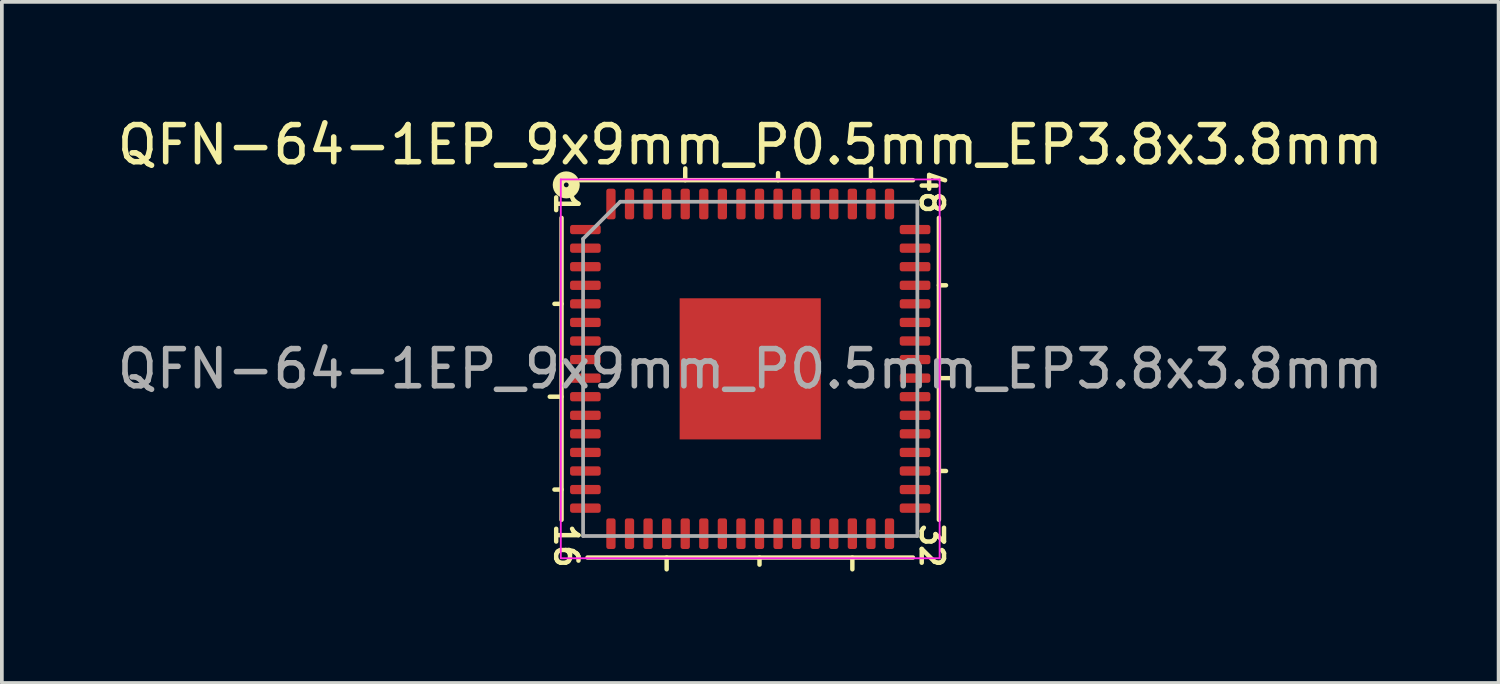
<source format=kicad_pcb>
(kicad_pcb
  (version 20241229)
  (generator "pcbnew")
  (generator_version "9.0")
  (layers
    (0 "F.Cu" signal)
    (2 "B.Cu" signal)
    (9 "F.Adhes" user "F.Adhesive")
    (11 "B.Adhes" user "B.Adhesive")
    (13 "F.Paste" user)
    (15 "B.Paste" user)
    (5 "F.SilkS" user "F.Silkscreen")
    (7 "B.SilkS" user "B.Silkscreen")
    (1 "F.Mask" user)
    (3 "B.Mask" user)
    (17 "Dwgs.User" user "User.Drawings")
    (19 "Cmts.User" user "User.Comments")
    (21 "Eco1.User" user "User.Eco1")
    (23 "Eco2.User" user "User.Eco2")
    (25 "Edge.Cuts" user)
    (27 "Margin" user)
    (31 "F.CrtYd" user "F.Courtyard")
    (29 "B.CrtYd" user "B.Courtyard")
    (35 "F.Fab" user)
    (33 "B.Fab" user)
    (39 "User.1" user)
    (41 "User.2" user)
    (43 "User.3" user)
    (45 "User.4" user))
  (footprint "QFN-64-1EP_9x9mm_P0.5mm_EP3.8x3.8mm"
    (layer "F.Cu")
    (at 17.149 6.881)
    (property "Reference" "QFN-64-1EP_9x9mm_P0.5mm_EP3.8x3.8mm" (at 0 -6.032 0) (layer "F.SilkS") (effects (font (size 1 1) (thickness 0.15))))
    (attr smd)
    (fp_line (start -5.08 -4.064) (end -5.08 4.064) (stroke (width 0.12) (type solid)) (layer "F.SilkS"))
    (fp_line (start -5.08 -1.75) (end -5.271 -1.75) (stroke (width 0.12) (type solid)) (layer "F.SilkS"))
    (fp_line (start -5.08 0.75) (end -5.397 0.75) (stroke (width 0.12) (type solid)) (layer "F.SilkS"))
    (fp_line (start -5.08 3.25) (end -5.271 3.25) (stroke (width 0.12) (type solid)) (layer "F.SilkS"))
    (fp_line (start -4.381 5.08) (end 4.381 5.08) (stroke (width 0.12) (type solid)) (layer "F.SilkS"))
    (fp_line (start -2.25 5.08) (end -2.25 5.397) (stroke (width 0.12) (type solid)) (layer "F.SilkS"))
    (fp_line (start -1.75 -5.08) (end -1.75 -5.397) (stroke (width 0.12) (type solid)) (layer "F.SilkS"))
    (fp_line (start 0.25 5.08) (end 0.25 5.271) (stroke (width 0.12) (type solid)) (layer "F.SilkS"))
    (fp_line (start 0.75 -5.08) (end 0.75 -5.271) (stroke (width 0.12) (type solid)) (layer "F.SilkS"))
    (fp_line (start 2.75 5.08) (end 2.75 5.397) (stroke (width 0.12) (type solid)) (layer "F.SilkS"))
    (fp_line (start 3.25 -5.08) (end 3.25 -5.397) (stroke (width 0.12) (type solid)) (layer "F.SilkS"))
    (fp_line (start 4.381 -5.08) (end -4.572 -5.08) (stroke (width 0.12) (type solid)) (layer "F.SilkS"))
    (fp_line (start 5.08 -2.25) (end 5.271 -2.25) (stroke (width 0.12) (type solid)) (layer "F.SilkS"))
    (fp_line (start 5.08 0.25) (end 5.397 0.25) (stroke (width 0.12) (type solid)) (layer "F.SilkS"))
    (fp_line (start 5.08 2.75) (end 5.271 2.75) (stroke (width 0.12) (type solid)) (layer "F.SilkS"))
    (fp_line (start 5.08 4.064) (end 5.08 -4.064) (stroke (width 0.12) (type solid)) (layer "F.SilkS"))
    (fp_circle (center -4.953 -4.953) (end -4.889 -4.953) (stroke (width 0.3) (type solid)) (fill no) (layer "F.SilkS"))
    (fp_line (start -5.1 -5.1) (end -5.1 5.1) (stroke (width 0.05) (type solid)) (layer "F.CrtYd"))
    (fp_line (start -5.1 5.1) (end 5.1 5.1) (stroke (width 0.05) (type solid)) (layer "F.CrtYd"))
    (fp_line (start 5.1 -5.1) (end -5.1 -5.1) (stroke (width 0.05) (type solid)) (layer "F.CrtYd"))
    (fp_line (start 5.1 5.1) (end 5.1 -5.1) (stroke (width 0.05) (type solid)) (layer "F.CrtYd"))
    (fp_line (start -4.5 -3.5) (end -3.5 -4.5) (stroke (width 0.1) (type solid)) (layer "F.Fab"))
    (fp_line (start -4.5 4.5) (end -4.5 -3.5) (stroke (width 0.1) (type solid)) (layer "F.Fab"))
    (fp_line (start -3.5 -4.5) (end 4.5 -4.5) (stroke (width 0.1) (type solid)) (layer "F.Fab"))
    (fp_line (start 4.5 -4.5) (end 4.5 4.5) (stroke (width 0.1) (type solid)) (layer "F.Fab"))
    (fp_line (start 4.5 4.5) (end -4.5 4.5) (stroke (width 0.1) (type solid)) (layer "F.Fab"))
    (fp_text user "32" (at 4.889 4.763 270) (unlocked yes) (layer "F.SilkS") (effects (font (size 0.6 0.6) (thickness 0.12))))
    (fp_text user "48" (at 4.889 -4.763 270) (unlocked yes) (layer "F.SilkS") (effects (font (size 0.6 0.6) (thickness 0.12))))
    (fp_text user "16" (at -4.953 4.763 270) (unlocked yes) (layer "F.SilkS") (effects (font (size 0.6 0.6) (thickness 0.12))))
    (fp_text user "1" (at -4.953 -4.445 270) (unlocked yes) (layer "F.SilkS") (effects (font (size 0.6 0.6) (thickness 0.12))))
    (fp_text user "${REFERENCE}" (at 0 0 0) (layer "F.Fab") (effects (font (size 1 1) (thickness 0.15))))
    (pad "" smd roundrect (at -1.27 -1.27) (size 1.02 1.02) (layers "F.Paste") (roundrect_rratio 0.245))
    (pad "" smd roundrect (at -1.27 0) (size 1.02 1.02) (layers "F.Paste") (roundrect_rratio 0.245))
    (pad "" smd roundrect (at -1.27 1.27) (size 1.02 1.02) (layers "F.Paste") (roundrect_rratio 0.245))
    (pad "" smd roundrect (at 0 -1.27) (size 1.02 1.02) (layers "F.Paste") (roundrect_rratio 0.245))
    (pad "" smd roundrect (at 0 0) (size 1.02 1.02) (layers "F.Paste") (roundrect_rratio 0.245))
    (pad "" smd roundrect (at 0 1.27) (size 1.02 1.02) (layers "F.Paste") (roundrect_rratio 0.245))
    (pad "" smd roundrect (at 1.27 -1.27) (size 1.02 1.02) (layers "F.Paste") (roundrect_rratio 0.245))
    (pad "" smd roundrect (at 1.27 0) (size 1.02 1.02) (layers "F.Paste") (roundrect_rratio 0.245))
    (pad "" smd roundrect (at 1.27 1.27) (size 1.02 1.02) (layers "F.Paste") (roundrect_rratio 0.245))
    (pad "1" smd roundrect (at -4.438 -3.75) (size 0.825 0.25) (layers "F.Cu" "F.Mask" "F.Paste") (roundrect_rratio 0.25))
    (pad "2" smd roundrect (at -4.438 -3.25) (size 0.825 0.25) (layers "F.Cu" "F.Mask" "F.Paste") (roundrect_rratio 0.25))
    (pad "3" smd roundrect (at -4.438 -2.75) (size 0.825 0.25) (layers "F.Cu" "F.Mask" "F.Paste") (roundrect_rratio 0.25))
    (pad "4" smd roundrect (at -4.438 -2.25) (size 0.825 0.25) (layers "F.Cu" "F.Mask" "F.Paste") (roundrect_rratio 0.25))
    (pad "5" smd roundrect (at -4.438 -1.75) (size 0.825 0.25) (layers "F.Cu" "F.Mask" "F.Paste") (roundrect_rratio 0.25))
    (pad "6" smd roundrect (at -4.438 -1.25) (size 0.825 0.25) (layers "F.Cu" "F.Mask" "F.Paste") (roundrect_rratio 0.25))
    (pad "7" smd roundrect (at -4.438 -0.75) (size 0.825 0.25) (layers "F.Cu" "F.Mask" "F.Paste") (roundrect_rratio 0.25))
    (pad "8" smd roundrect (at -4.438 -0.25) (size 0.825 0.25) (layers "F.Cu" "F.Mask" "F.Paste") (roundrect_rratio 0.25))
    (pad "9" smd roundrect (at -4.438 0.25) (size 0.825 0.25) (layers "F.Cu" "F.Mask" "F.Paste") (roundrect_rratio 0.25))
    (pad "10" smd roundrect (at -4.438 0.75) (size 0.825 0.25) (layers "F.Cu" "F.Mask" "F.Paste") (roundrect_rratio 0.25))
    (pad "11" smd roundrect (at -4.438 1.25) (size 0.825 0.25) (layers "F.Cu" "F.Mask" "F.Paste") (roundrect_rratio 0.25))
    (pad "12" smd roundrect (at -4.438 1.75) (size 0.825 0.25) (layers "F.Cu" "F.Mask" "F.Paste") (roundrect_rratio 0.25))
    (pad "13" smd roundrect (at -4.438 2.25) (size 0.825 0.25) (layers "F.Cu" "F.Mask" "F.Paste") (roundrect_rratio 0.25))
    (pad "14" smd roundrect (at -4.438 2.75) (size 0.825 0.25) (layers "F.Cu" "F.Mask" "F.Paste") (roundrect_rratio 0.25))
    (pad "15" smd roundrect (at -4.438 3.25) (size 0.825 0.25) (layers "F.Cu" "F.Mask" "F.Paste") (roundrect_rratio 0.25))
    (pad "16" smd roundrect (at -4.438 3.75) (size 0.825 0.25) (layers "F.Cu" "F.Mask" "F.Paste") (roundrect_rratio 0.25))
    (pad "17" smd roundrect (at -3.75 4.438) (size 0.25 0.825) (layers "F.Cu" "F.Mask" "F.Paste") (roundrect_rratio 0.25))
    (pad "18" smd roundrect (at -3.25 4.438) (size 0.25 0.825) (layers "F.Cu" "F.Mask" "F.Paste") (roundrect_rratio 0.25))
    (pad "19" smd roundrect (at -2.75 4.438) (size 0.25 0.825) (layers "F.Cu" "F.Mask" "F.Paste") (roundrect_rratio 0.25))
    (pad "20" smd roundrect (at -2.25 4.438) (size 0.25 0.825) (layers "F.Cu" "F.Mask" "F.Paste") (roundrect_rratio 0.25))
    (pad "21" smd roundrect (at -1.75 4.438) (size 0.25 0.825) (layers "F.Cu" "F.Mask" "F.Paste") (roundrect_rratio 0.25))
    (pad "22" smd roundrect (at -1.25 4.438) (size 0.25 0.825) (layers "F.Cu" "F.Mask" "F.Paste") (roundrect_rratio 0.25))
    (pad "23" smd roundrect (at -0.75 4.438) (size 0.25 0.825) (layers "F.Cu" "F.Mask" "F.Paste") (roundrect_rratio 0.25))
    (pad "24" smd roundrect (at -0.25 4.438) (size 0.25 0.825) (layers "F.Cu" "F.Mask" "F.Paste") (roundrect_rratio 0.25))
    (pad "25" smd roundrect (at 0.25 4.438) (size 0.25 0.825) (layers "F.Cu" "F.Mask" "F.Paste") (roundrect_rratio 0.25))
    (pad "26" smd roundrect (at 0.75 4.438) (size 0.25 0.825) (layers "F.Cu" "F.Mask" "F.Paste") (roundrect_rratio 0.25))
    (pad "27" smd roundrect (at 1.25 4.438) (size 0.25 0.825) (layers "F.Cu" "F.Mask" "F.Paste") (roundrect_rratio 0.25))
    (pad "28" smd roundrect (at 1.75 4.438) (size 0.25 0.825) (layers "F.Cu" "F.Mask" "F.Paste") (roundrect_rratio 0.25))
    (pad "29" smd roundrect (at 2.25 4.438) (size 0.25 0.825) (layers "F.Cu" "F.Mask" "F.Paste") (roundrect_rratio 0.25))
    (pad "30" smd roundrect (at 2.75 4.438) (size 0.25 0.825) (layers "F.Cu" "F.Mask" "F.Paste") (roundrect_rratio 0.25))
    (pad "31" smd roundrect (at 3.25 4.438) (size 0.25 0.825) (layers "F.Cu" "F.Mask" "F.Paste") (roundrect_rratio 0.25))
    (pad "32" smd roundrect (at 3.75 4.438) (size 0.25 0.825) (layers "F.Cu" "F.Mask" "F.Paste") (roundrect_rratio 0.25))
    (pad "33" smd roundrect (at 4.438 3.75) (size 0.825 0.25) (layers "F.Cu" "F.Mask" "F.Paste") (roundrect_rratio 0.25))
    (pad "34" smd roundrect (at 4.438 3.25) (size 0.825 0.25) (layers "F.Cu" "F.Mask" "F.Paste") (roundrect_rratio 0.25))
    (pad "35" smd roundrect (at 4.438 2.75) (size 0.825 0.25) (layers "F.Cu" "F.Mask" "F.Paste") (roundrect_rratio 0.25))
    (pad "36" smd roundrect (at 4.438 2.25) (size 0.825 0.25) (layers "F.Cu" "F.Mask" "F.Paste") (roundrect_rratio 0.25))
    (pad "37" smd roundrect (at 4.438 1.75) (size 0.825 0.25) (layers "F.Cu" "F.Mask" "F.Paste") (roundrect_rratio 0.25))
    (pad "38" smd roundrect (at 4.438 1.25) (size 0.825 0.25) (layers "F.Cu" "F.Mask" "F.Paste") (roundrect_rratio 0.25))
    (pad "39" smd roundrect (at 4.438 0.75) (size 0.825 0.25) (layers "F.Cu" "F.Mask" "F.Paste") (roundrect_rratio 0.25))
    (pad "40" smd roundrect (at 4.438 0.25) (size 0.825 0.25) (layers "F.Cu" "F.Mask" "F.Paste") (roundrect_rratio 0.25))
    (pad "41" smd roundrect (at 4.438 -0.25) (size 0.825 0.25) (layers "F.Cu" "F.Mask" "F.Paste") (roundrect_rratio 0.25))
    (pad "42" smd roundrect (at 4.438 -0.75) (size 0.825 0.25) (layers "F.Cu" "F.Mask" "F.Paste") (roundrect_rratio 0.25))
    (pad "43" smd roundrect (at 4.438 -1.25) (size 0.825 0.25) (layers "F.Cu" "F.Mask" "F.Paste") (roundrect_rratio 0.25))
    (pad "44" smd roundrect (at 4.438 -1.75) (size 0.825 0.25) (layers "F.Cu" "F.Mask" "F.Paste") (roundrect_rratio 0.25))
    (pad "45" smd roundrect (at 4.438 -2.25) (size 0.825 0.25) (layers "F.Cu" "F.Mask" "F.Paste") (roundrect_rratio 0.25))
    (pad "46" smd roundrect (at 4.438 -2.75) (size 0.825 0.25) (layers "F.Cu" "F.Mask" "F.Paste") (roundrect_rratio 0.25))
    (pad "47" smd roundrect (at 4.438 -3.25) (size 0.825 0.25) (layers "F.Cu" "F.Mask" "F.Paste") (roundrect_rratio 0.25))
    (pad "48" smd roundrect (at 4.438 -3.75) (size 0.825 0.25) (layers "F.Cu" "F.Mask" "F.Paste") (roundrect_rratio 0.25))
    (pad "49" smd roundrect (at 3.75 -4.438) (size 0.25 0.825) (layers "F.Cu" "F.Mask" "F.Paste") (roundrect_rratio 0.25))
    (pad "50" smd roundrect (at 3.25 -4.438) (size 0.25 0.825) (layers "F.Cu" "F.Mask" "F.Paste") (roundrect_rratio 0.25))
    (pad "51" smd roundrect (at 2.75 -4.438) (size 0.25 0.825) (layers "F.Cu" "F.Mask" "F.Paste") (roundrect_rratio 0.25))
    (pad "52" smd roundrect (at 2.25 -4.438) (size 0.25 0.825) (layers "F.Cu" "F.Mask" "F.Paste") (roundrect_rratio 0.25))
    (pad "53" smd roundrect (at 1.75 -4.438) (size 0.25 0.825) (layers "F.Cu" "F.Mask" "F.Paste") (roundrect_rratio 0.25))
    (pad "54" smd roundrect (at 1.25 -4.438) (size 0.25 0.825) (layers "F.Cu" "F.Mask" "F.Paste") (roundrect_rratio 0.25))
    (pad "55" smd roundrect (at 0.75 -4.438) (size 0.25 0.825) (layers "F.Cu" "F.Mask" "F.Paste") (roundrect_rratio 0.25))
    (pad "56" smd roundrect (at 0.25 -4.438) (size 0.25 0.825) (layers "F.Cu" "F.Mask" "F.Paste") (roundrect_rratio 0.25))
    (pad "57" smd roundrect (at -0.25 -4.438) (size 0.25 0.825) (layers "F.Cu" "F.Mask" "F.Paste") (roundrect_rratio 0.25))
    (pad "58" smd roundrect (at -0.75 -4.438) (size 0.25 0.825) (layers "F.Cu" "F.Mask" "F.Paste") (roundrect_rratio 0.25))
    (pad "59" smd roundrect (at -1.25 -4.438) (size 0.25 0.825) (layers "F.Cu" "F.Mask" "F.Paste") (roundrect_rratio 0.25))
    (pad "60" smd roundrect (at -1.75 -4.438) (size 0.25 0.825) (layers "F.Cu" "F.Mask" "F.Paste") (roundrect_rratio 0.25))
    (pad "61" smd roundrect (at -2.25 -4.438) (size 0.25 0.825) (layers "F.Cu" "F.Mask" "F.Paste") (roundrect_rratio 0.25))
    (pad "62" smd roundrect (at -2.75 -4.438) (size 0.25 0.825) (layers "F.Cu" "F.Mask" "F.Paste") (roundrect_rratio 0.25))
    (pad "63" smd roundrect (at -3.25 -4.438) (size 0.25 0.825) (layers "F.Cu" "F.Mask" "F.Paste") (roundrect_rratio 0.25))
    (pad "64" smd roundrect (at -3.75 -4.438) (size 0.25 0.825) (layers "F.Cu" "F.Mask" "F.Paste") (roundrect_rratio 0.25))
    (pad "65" smd rect (at 0 0) (size 3.8 3.8) (layers "F.Cu" "F.Mask")))
  (gr_rect
    (start -3 -3)
    (end 37.298 15.338)
    (stroke (width 0.1) (type default))
    (fill no)
    (layer "Edge.Cuts")))
</source>
